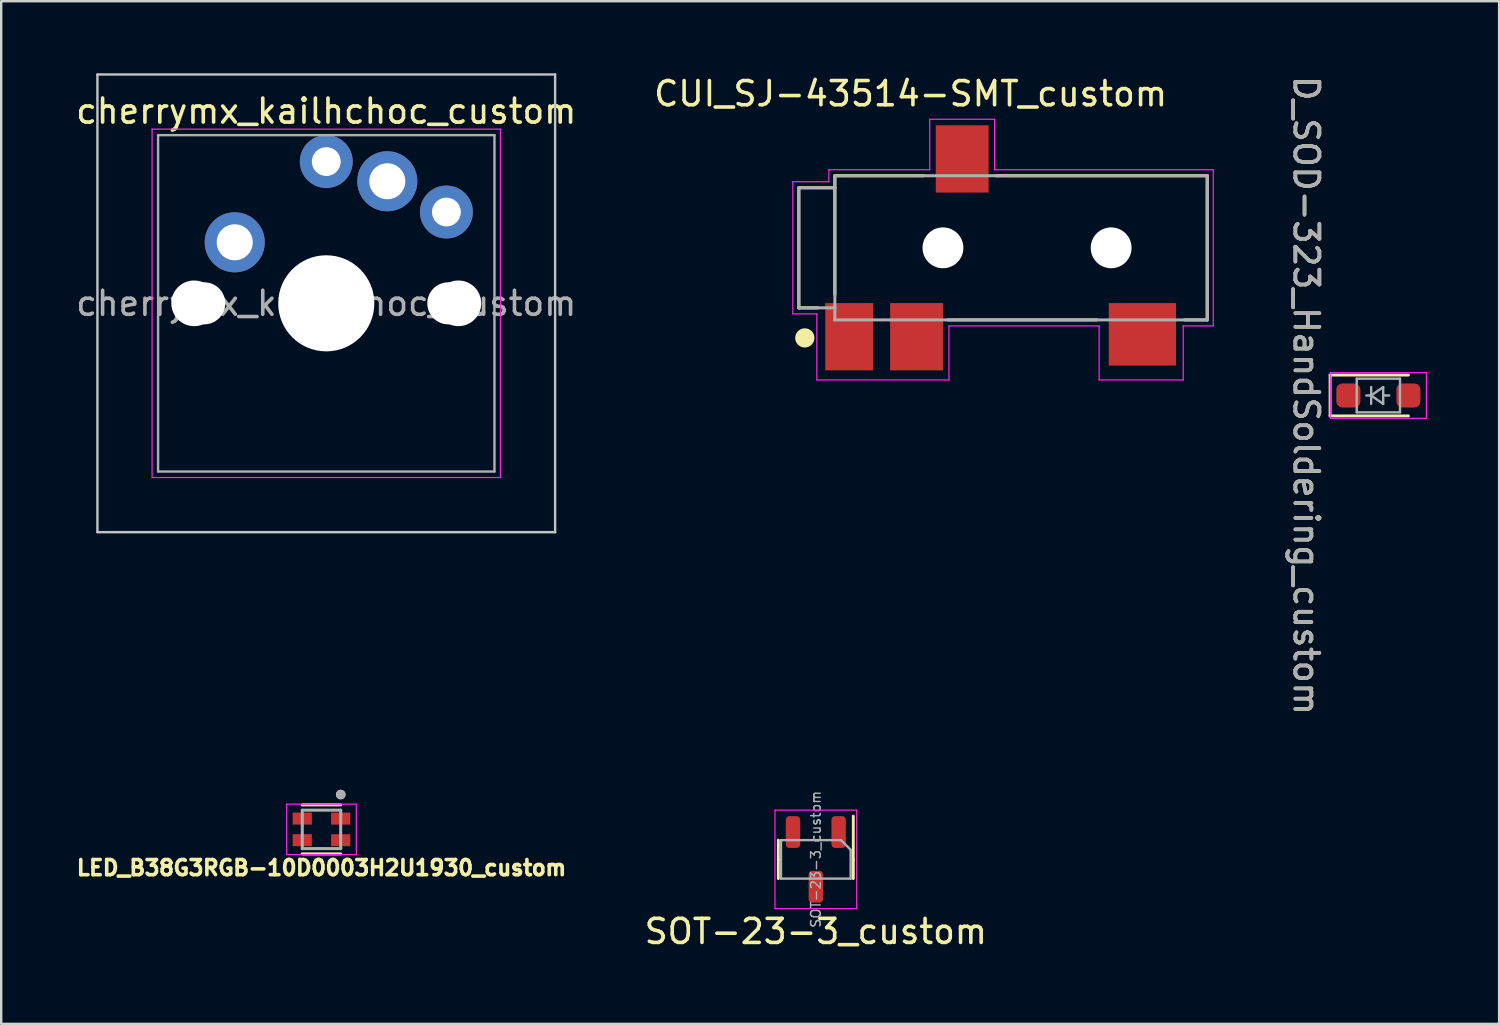
<source format=kicad_pcb>
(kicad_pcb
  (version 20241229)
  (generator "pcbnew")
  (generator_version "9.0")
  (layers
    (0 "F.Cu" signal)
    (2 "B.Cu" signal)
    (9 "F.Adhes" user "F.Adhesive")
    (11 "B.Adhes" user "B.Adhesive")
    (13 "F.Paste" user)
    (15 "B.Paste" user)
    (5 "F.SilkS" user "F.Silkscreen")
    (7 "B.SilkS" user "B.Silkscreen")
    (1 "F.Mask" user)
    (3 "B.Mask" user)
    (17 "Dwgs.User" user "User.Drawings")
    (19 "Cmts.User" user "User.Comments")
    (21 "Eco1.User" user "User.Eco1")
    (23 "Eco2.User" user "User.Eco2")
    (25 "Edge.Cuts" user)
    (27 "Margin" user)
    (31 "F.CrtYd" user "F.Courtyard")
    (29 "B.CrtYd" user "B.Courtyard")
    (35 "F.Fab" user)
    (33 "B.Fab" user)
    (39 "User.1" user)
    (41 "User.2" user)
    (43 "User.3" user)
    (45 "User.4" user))
  (footprint "LED_B38G3RGB-10D0003H2U1930_custom"
    (layer "F.Cu")
    (at 10.331 31.471)
    (property "Reference" "LED_B38G3RGB-10D0003H2U1930_custom" (at 0 1.6 0) (layer "F.SilkS") (effects (font (size 0.63 0.63) (thickness 0.15))))
    (attr smd)
    (fp_line (start -0.8 -1.02) (end 0.8 -1.02) (stroke (width 0.127) (type solid)) (layer "F.SilkS"))
    (fp_line (start -0.8 1.02) (end 0.8 1.02) (stroke (width 0.127) (type solid)) (layer "F.SilkS"))
    (fp_circle (center 0.8 -1.45) (end 0.8 -1.35) (stroke (width 0.2) (type solid)) (fill no) (layer "F.SilkS"))
    (fp_line (start -1.45 -1.05) (end -1.45 1.05) (stroke (width 0.05) (type solid)) (layer "F.CrtYd"))
    (fp_line (start -1.45 1.05) (end 1.45 1.05) (stroke (width 0.05) (type solid)) (layer "F.CrtYd"))
    (fp_line (start 1.45 -1.05) (end -1.45 -1.05) (stroke (width 0.05) (type solid)) (layer "F.CrtYd"))
    (fp_line (start 1.45 1.05) (end 1.45 -1.05) (stroke (width 0.05) (type solid)) (layer "F.CrtYd"))
    (fp_line (start -0.8 -0.8) (end 0.8 -0.8) (stroke (width 0.127) (type solid)) (layer "F.Fab"))
    (fp_line (start -0.8 0.8) (end -0.8 -0.8) (stroke (width 0.127) (type solid)) (layer "F.Fab"))
    (fp_line (start 0.8 -0.8) (end 0.8 0.8) (stroke (width 0.127) (type solid)) (layer "F.Fab"))
    (fp_line (start 0.8 0.8) (end -0.8 0.8) (stroke (width 0.127) (type solid)) (layer "F.Fab"))
    (fp_circle (center 0.8 -1.45) (end 0.8 -1.35) (stroke (width 0.2) (type solid)) (fill no) (layer "F.Fab"))
    (pad "1" smd rect (at 0.8 -0.45 270) (size 0.5 0.8) (layers "F.Cu" "F.Mask" "F.Paste"))
    (pad "2" smd rect (at 0.8 0.45 270) (size 0.5 0.8) (layers "F.Cu" "F.Mask" "F.Paste"))
    (pad "3" smd rect (at -0.8 0.45 270) (size 0.5 0.8) (layers "F.Cu" "F.Mask" "F.Paste"))
    (pad "4" smd rect (at -0.8 -0.45 270) (size 0.5 0.8) (layers "F.Cu" "F.Mask" "F.Paste")))
  (footprint "D_SOD-323_HandSoldering_custom"
    (layer "F.Cu")
    (at 54.321 13.411)
    (property "Reference" "D_SOD-323_HandSoldering_custom" (at -3 0 270) (unlocked yes) (layer "F.SilkS") (effects (font (size 1 1) (thickness 0.15))))
    (attr smd)
    (fp_line (start -2.01 -0.85) (end -2.01 0.85) (stroke (width 0.12) (type solid)) (layer "F.SilkS"))
    (fp_line (start -2.01 -0.85) (end 1.25 -0.85) (stroke (width 0.12) (type solid)) (layer "F.SilkS"))
    (fp_line (start -2.01 0.85) (end 1.25 0.85) (stroke (width 0.12) (type solid)) (layer "F.SilkS"))
    (fp_line (start -2 -0.95) (end -2 0.95) (stroke (width 0.05) (type solid)) (layer "F.CrtYd"))
    (fp_line (start -2 -0.95) (end 2 -0.95) (stroke (width 0.05) (type solid)) (layer "F.CrtYd"))
    (fp_line (start -2 0.95) (end 2 0.95) (stroke (width 0.05) (type solid)) (layer "F.CrtYd"))
    (fp_line (start 2 -0.95) (end 2 0.95) (stroke (width 0.05) (type solid)) (layer "F.CrtYd"))
    (fp_line (start -0.9 -0.7) (end 0.9 -0.7) (stroke (width 0.1) (type solid)) (layer "F.Fab"))
    (fp_line (start -0.9 0.7) (end -0.9 -0.7) (stroke (width 0.1) (type solid)) (layer "F.Fab"))
    (fp_line (start -0.3 -0.35) (end -0.3 0.35) (stroke (width 0.1) (type solid)) (layer "F.Fab"))
    (fp_line (start -0.3 0) (end -0.5 0) (stroke (width 0.1) (type solid)) (layer "F.Fab"))
    (fp_line (start -0.3 0) (end 0.2 -0.35) (stroke (width 0.1) (type solid)) (layer "F.Fab"))
    (fp_line (start 0.2 -0.35) (end 0.2 0.35) (stroke (width 0.1) (type solid)) (layer "F.Fab"))
    (fp_line (start 0.2 0) (end 0.45 0) (stroke (width 0.1) (type solid)) (layer "F.Fab"))
    (fp_line (start 0.2 0.35) (end -0.3 0) (stroke (width 0.1) (type solid)) (layer "F.Fab"))
    (fp_line (start 0.9 -0.7) (end 0.9 0.7) (stroke (width 0.1) (type solid)) (layer "F.Fab"))
    (fp_line (start 0.9 0.7) (end -0.9 0.7) (stroke (width 0.1) (type solid)) (layer "F.Fab"))
    (fp_text user "${REFERENCE}" (at -3 0 270) (unlocked yes) (layer "F.Fab") (effects (font (size 1 1) (thickness 0.15))))
    (pad "1" smd roundrect (at -1.25 0) (size 1 1) (layers "F.Cu" "F.Mask" "F.Paste") (roundrect_rratio 0.25))
    (pad "2" smd roundrect (at 1.25 0) (size 1 1) (layers "F.Cu" "F.Mask" "F.Paste") (roundrect_rratio 0.25)))
  (footprint "SOT-23-3_custom"
    (layer "F.Cu")
    (at 30.806 32.619)
    (property "Reference" "SOT-23-3_custom" (at 0.1 3.1 180) (layer "F.SilkS") (effects (font (size 1 1) (thickness 0.15))))
    (attr smd)
    (fp_line (start -1.46 0.1) (end -1.46 -0.7) (stroke (width 0.12) (type solid)) (layer "F.SilkS"))
    (fp_line (start -1.46 0.1) (end -1.46 0.9) (stroke (width 0.12) (type solid)) (layer "F.SilkS"))
    (fp_line (start 1.66 0.1) (end 1.66 -1.7) (stroke (width 0.12) (type solid)) (layer "F.SilkS"))
    (fp_line (start 1.66 0.1) (end 1.66 0.9) (stroke (width 0.12) (type solid)) (layer "F.SilkS"))
    (fp_line (start -1.6 -1.95) (end -1.6 2.15) (stroke (width 0.05) (type solid)) (layer "F.CrtYd"))
    (fp_line (start -1.6 2.15) (end 1.8 2.15) (stroke (width 0.05) (type solid)) (layer "F.CrtYd"))
    (fp_line (start 1.8 -1.95) (end -1.6 -1.95) (stroke (width 0.05) (type solid)) (layer "F.CrtYd"))
    (fp_line (start 1.8 2.15) (end 1.8 -1.95) (stroke (width 0.05) (type solid)) (layer "F.CrtYd"))
    (fp_line (start -1.35 -0.7) (end 1.15 -0.7) (stroke (width 0.1) (type solid)) (layer "F.Fab"))
    (fp_line (start -1.35 0.9) (end -1.35 -0.7) (stroke (width 0.1) (type solid)) (layer "F.Fab"))
    (fp_line (start 1.15 -0.7) (end 1.55 -0.3) (stroke (width 0.1) (type solid)) (layer "F.Fab"))
    (fp_line (start 1.55 -0.3) (end 1.55 0.9) (stroke (width 0.1) (type solid)) (layer "F.Fab"))
    (fp_line (start 1.55 0.9) (end -1.35 0.9) (stroke (width 0.1) (type solid)) (layer "F.Fab"))
    (fp_text user "${REFERENCE}" (at 0.1 0.1 270) (layer "F.Fab") (effects (font (size 0.4 0.4) (thickness 0.06))))
    (pad "1" smd roundrect (at 1.05 -1.038 270) (size 1.325 0.6) (layers "F.Cu" "F.Mask" "F.Paste") (roundrect_rratio 0.25))
    (pad "2" smd roundrect (at -0.85 -1.038 270) (size 1.325 0.6) (layers "F.Cu" "F.Mask" "F.Paste") (roundrect_rratio 0.25))
    (pad "3" smd roundrect (at 0.1 1.238 270) (size 1.325 0.6) (layers "F.Cu" "F.Mask" "F.Paste") (roundrect_rratio 0.25)))
  (footprint "CUI_SJ-43514-SMT_custom"
    (layer "F.Cu")
    (at 39.448 7.265)
    (property "Reference" "CUI_SJ-43514-SMT_custom" (at -4.596 -6.414 0) (layer "F.SilkS") (effects (font (size 1.005 1.005) (thickness 0.15))))
    (attr smd)
    (fp_line (start -9.25 -2.5) (end -9.25 2.5) (stroke (width 0.127) (type solid)) (layer "F.SilkS"))
    (fp_line (start -9.25 2.5) (end -8.45 2.5) (stroke (width 0.127) (type solid)) (layer "F.SilkS"))
    (fp_line (start -7.75 -3) (end -7.75 -2.5) (stroke (width 0.127) (type solid)) (layer "F.SilkS"))
    (fp_line (start -7.75 -2.5) (end -9.25 -2.5) (stroke (width 0.127) (type solid)) (layer "F.SilkS"))
    (fp_line (start -7.75 -2.5) (end -7.75 1.95) (stroke (width 0.127) (type solid)) (layer "F.SilkS"))
    (fp_line (start -4.05 -3) (end -7.75 -3) (stroke (width 0.127) (type solid)) (layer "F.SilkS"))
    (fp_line (start -3.05 3) (end 3.15 3) (stroke (width 0.127) (type solid)) (layer "F.SilkS"))
    (fp_line (start 6.8 3) (end 7.75 3) (stroke (width 0.127) (type solid)) (layer "F.SilkS"))
    (fp_line (start 7.75 -3) (end -1.05 -3) (stroke (width 0.127) (type solid)) (layer "F.SilkS"))
    (fp_line (start 7.75 -3) (end 7.75 3) (stroke (width 0.127) (type solid)) (layer "F.SilkS"))
    (fp_circle (center -9 3.75) (end -8.8 3.75) (stroke (width 0.4) (type solid)) (fill no) (layer "F.SilkS"))
    (fp_line (start -9.5 -2.75) (end -8 -2.75) (stroke (width 0.05) (type solid)) (layer "F.CrtYd"))
    (fp_line (start -9.5 2.75) (end -9.5 -2.75) (stroke (width 0.05) (type solid)) (layer "F.CrtYd"))
    (fp_line (start -8.5 2.75) (end -9.5 2.75) (stroke (width 0.05) (type solid)) (layer "F.CrtYd"))
    (fp_line (start -8.5 5.5) (end -8.5 2.75) (stroke (width 0.05) (type solid)) (layer "F.CrtYd"))
    (fp_line (start -8 -3.25) (end -3.8 -3.25) (stroke (width 0.05) (type solid)) (layer "F.CrtYd"))
    (fp_line (start -8 -2.75) (end -8 -3.25) (stroke (width 0.05) (type solid)) (layer "F.CrtYd"))
    (fp_line (start -3.8 -5.35) (end -1.1 -5.35) (stroke (width 0.05) (type solid)) (layer "F.CrtYd"))
    (fp_line (start -3.8 -3.25) (end -3.8 -5.35) (stroke (width 0.05) (type solid)) (layer "F.CrtYd"))
    (fp_line (start -3 3.25) (end -3 5.5) (stroke (width 0.05) (type solid)) (layer "F.CrtYd"))
    (fp_line (start -3 5.5) (end -8.5 5.5) (stroke (width 0.05) (type solid)) (layer "F.CrtYd"))
    (fp_line (start -1.1 -5.35) (end -1.1 -3.25) (stroke (width 0.05) (type solid)) (layer "F.CrtYd"))
    (fp_line (start -1.1 -3.25) (end 8 -3.25) (stroke (width 0.05) (type solid)) (layer "F.CrtYd"))
    (fp_line (start 3.25 3.25) (end -3 3.25) (stroke (width 0.05) (type solid)) (layer "F.CrtYd"))
    (fp_line (start 3.25 5.5) (end 3.25 3.25) (stroke (width 0.05) (type solid)) (layer "F.CrtYd"))
    (fp_line (start 6.75 3.25) (end 6.75 5.5) (stroke (width 0.05) (type solid)) (layer "F.CrtYd"))
    (fp_line (start 6.75 5.5) (end 3.25 5.5) (stroke (width 0.05) (type solid)) (layer "F.CrtYd"))
    (fp_line (start 8 -3.25) (end 8 3.25) (stroke (width 0.05) (type solid)) (layer "F.CrtYd"))
    (fp_line (start 8 3.25) (end 6.75 3.25) (stroke (width 0.05) (type solid)) (layer "F.CrtYd"))
    (fp_line (start -9.25 -2.5) (end -9.25 2.5) (stroke (width 0.127) (type solid)) (layer "F.Fab"))
    (fp_line (start -9.25 2.5) (end -7.75 2.5) (stroke (width 0.127) (type solid)) (layer "F.Fab"))
    (fp_line (start -7.75 -3) (end -7.75 -2.5) (stroke (width 0.127) (type solid)) (layer "F.Fab"))
    (fp_line (start -7.75 -2.5) (end -9.25 -2.5) (stroke (width 0.127) (type solid)) (layer "F.Fab"))
    (fp_line (start -7.75 -2.5) (end -7.75 2.5) (stroke (width 0.127) (type solid)) (layer "F.Fab"))
    (fp_line (start -7.75 2.5) (end -7.75 3) (stroke (width 0.127) (type solid)) (layer "F.Fab"))
    (fp_line (start -7.75 3) (end 7.75 3) (stroke (width 0.127) (type solid)) (layer "F.Fab"))
    (fp_line (start 7.75 -3) (end -7.75 -3) (stroke (width 0.127) (type solid)) (layer "F.Fab"))
    (fp_line (start 7.75 3) (end 7.75 -3) (stroke (width 0.127) (type solid)) (layer "F.Fab"))
    (pad "" np_thru_hole circle (at -3.25 0) (size 1.7 1.7) (drill 1.7) (layers "*.Cu" "*.Mask"))
    (pad "" np_thru_hole circle (at 3.75 0) (size 1.7 1.7) (drill 1.7) (layers "*.Cu" "*.Mask"))
    (pad "R1" smd rect (at -2.45 -3.7 180) (size 2.2 2.8) (layers "F.Cu" "F.Mask" "F.Paste"))
    (pad "R2" smd rect (at -4.35 3.7 180) (size 2.2 2.8) (layers "F.Cu" "F.Mask" "F.Paste"))
    (pad "S" smd rect (at -7.15 3.7 180) (size 2 2.8) (layers "F.Cu" "F.Mask" "F.Paste"))
    (pad "T" smd rect (at 5.05 3.6 180) (size 2.8 2.6) (layers "F.Cu" "F.Mask" "F.Paste")))
  (footprint "cherrymx_kailhchoc_custom"
    (layer "F.Cu")
    (at 10.53 9.575)
    (property "Reference" "cherrymx_kailhchoc_custom" (at 0 -8 0) (layer "F.SilkS") (effects (font (size 1 1) (thickness 0.15))))
    (attr through_hole)
    (fp_line (start -9.525 -9.525) (end -9.525 9.525) (stroke (width 0.1) (type solid)) (layer "Dwgs.User"))
    (fp_line (start -9.525 9.525) (end 9.525 9.525) (stroke (width 0.1) (type solid)) (layer "Dwgs.User"))
    (fp_line (start 9.525 -9.525) (end -9.525 -9.525) (stroke (width 0.1) (type solid)) (layer "Dwgs.User"))
    (fp_line (start 9.525 9.525) (end 9.525 -9.525) (stroke (width 0.1) (type solid)) (layer "Dwgs.User"))
    (fp_line (start -7 -7) (end -7 7) (stroke (width 0.1) (type solid)) (layer "Eco1.User"))
    (fp_line (start -7 7) (end 7 7) (stroke (width 0.1) (type solid)) (layer "Eco1.User"))
    (fp_line (start 7 -7) (end -7 -7) (stroke (width 0.1) (type solid)) (layer "Eco1.User"))
    (fp_line (start 7 7) (end 7 -7) (stroke (width 0.1) (type solid)) (layer "Eco1.User"))
    (fp_line (start -7.25 -7.25) (end -7.25 7.25) (stroke (width 0.05) (type solid)) (layer "F.CrtYd"))
    (fp_line (start -7.25 7.25) (end 7.25 7.25) (stroke (width 0.05) (type solid)) (layer "F.CrtYd"))
    (fp_line (start 7.25 -7.25) (end -7.25 -7.25) (stroke (width 0.05) (type solid)) (layer "F.CrtYd"))
    (fp_line (start 7.25 7.25) (end 7.25 -7.25) (stroke (width 0.05) (type solid)) (layer "F.CrtYd"))
    (fp_line (start -7 -7) (end -7 7) (stroke (width 0.1) (type solid)) (layer "F.Fab"))
    (fp_line (start -7 7) (end 7 7) (stroke (width 0.1) (type solid)) (layer "F.Fab"))
    (fp_line (start 7 -7) (end -7 -7) (stroke (width 0.1) (type solid)) (layer "F.Fab"))
    (fp_line (start 7 7) (end 7 -7) (stroke (width 0.1) (type solid)) (layer "F.Fab"))
    (fp_text user "${REFERENCE}" (at 0 0 0) (layer "F.Fab") (effects (font (size 1 1) (thickness 0.15))))
    (pad "" np_thru_hole circle (at -5.5 0) (size 1.9 1.9) (drill 1.9) (layers "*.Cu" "*.Mask"))
    (pad "" np_thru_hole circle (at -5.08 0) (size 1.75 1.75) (drill 1.75) (layers "*.Cu" "*.Mask"))
    (pad "" np_thru_hole circle (at 0 0) (size 3.45 3.45) (drill 3.45) (layers "*.Cu" "*.Mask"))
    (pad "" np_thru_hole circle (at 0 0) (size 4 4) (drill 4) (layers "*.Cu" "*.Mask"))
    (pad "" np_thru_hole circle (at 5.08 0) (size 1.75 1.75) (drill 1.75) (layers "*.Cu" "*.Mask"))
    (pad "" np_thru_hole circle (at 5.5 0) (size 1.9 1.9) (drill 1.9) (layers "*.Cu" "*.Mask"))
    (pad "1" thru_hole circle (at -3.81 -2.54) (size 2.5 2.5) (drill 1.5) (layers "*.Cu" "*.Mask"))
    (pad "1" thru_hole circle (at 0 -5.9) (size 2.2 2.2) (drill 1.2) (layers "*.Cu" "*.Mask"))
    (pad "2" thru_hole circle (at 2.54 -5.08) (size 2.5 2.5) (drill 1.5) (layers "*.Cu" "*.Mask"))
    (pad "2" thru_hole circle (at 5 -3.8) (size 2.2 2.2) (drill 1.2) (layers "*.Cu" "*.Mask")))
  (gr_rect
    (start -3 -3)
    (end 59.346 39.567)
    (stroke (width 0.1) (type default))
    (fill no)
    (layer "Edge.Cuts")))
</source>
